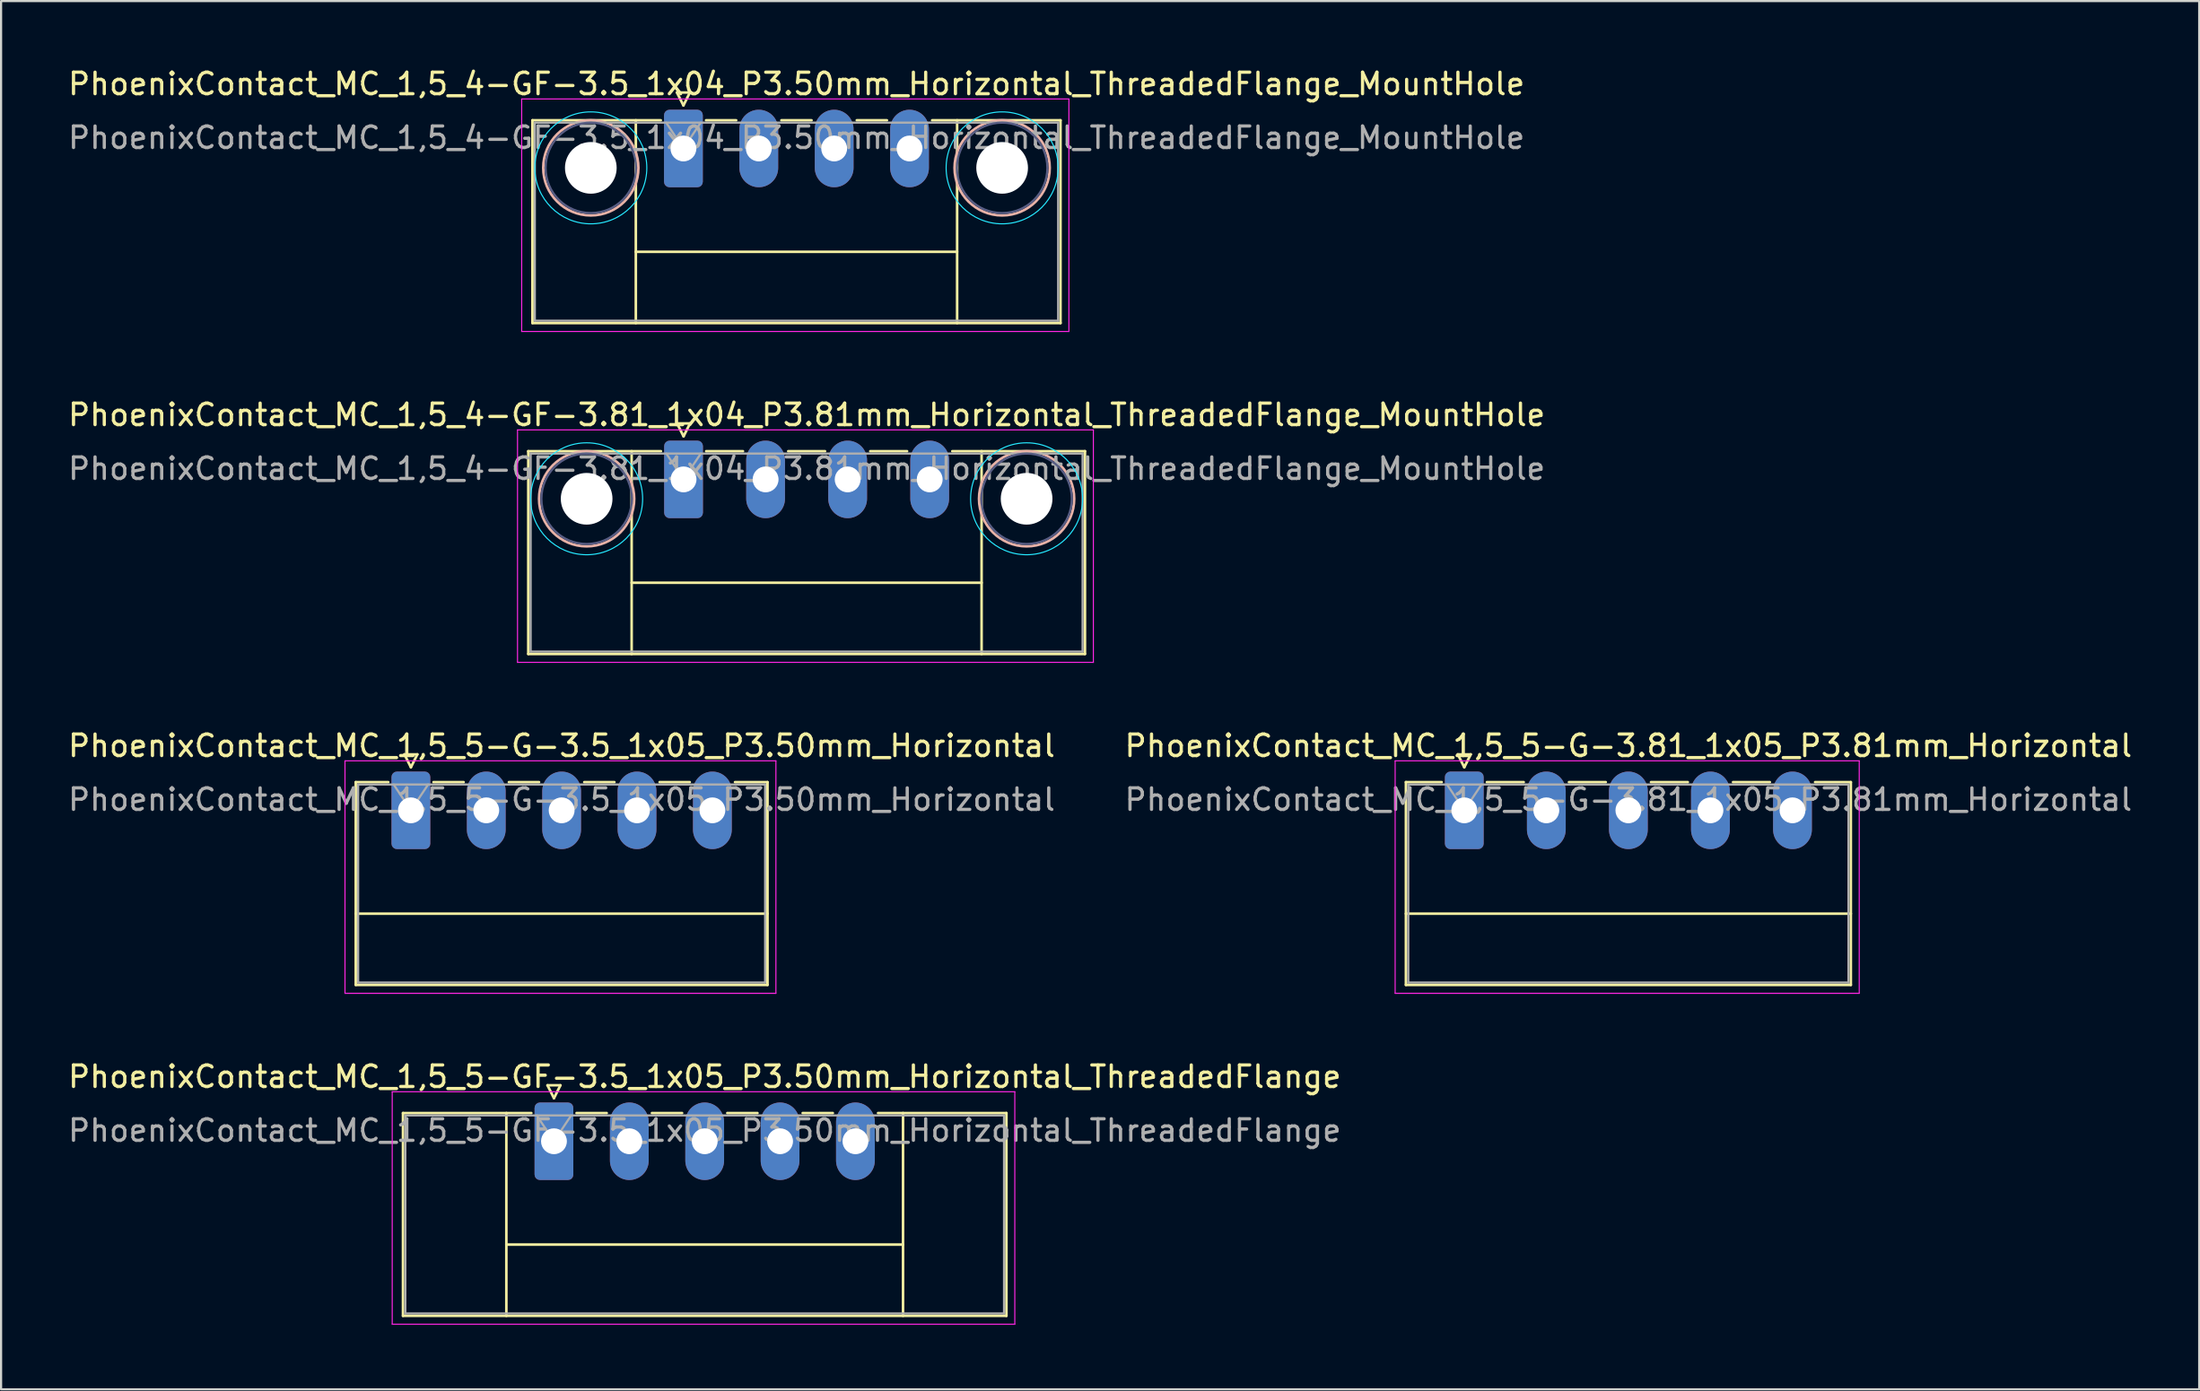
<source format=kicad_pcb>
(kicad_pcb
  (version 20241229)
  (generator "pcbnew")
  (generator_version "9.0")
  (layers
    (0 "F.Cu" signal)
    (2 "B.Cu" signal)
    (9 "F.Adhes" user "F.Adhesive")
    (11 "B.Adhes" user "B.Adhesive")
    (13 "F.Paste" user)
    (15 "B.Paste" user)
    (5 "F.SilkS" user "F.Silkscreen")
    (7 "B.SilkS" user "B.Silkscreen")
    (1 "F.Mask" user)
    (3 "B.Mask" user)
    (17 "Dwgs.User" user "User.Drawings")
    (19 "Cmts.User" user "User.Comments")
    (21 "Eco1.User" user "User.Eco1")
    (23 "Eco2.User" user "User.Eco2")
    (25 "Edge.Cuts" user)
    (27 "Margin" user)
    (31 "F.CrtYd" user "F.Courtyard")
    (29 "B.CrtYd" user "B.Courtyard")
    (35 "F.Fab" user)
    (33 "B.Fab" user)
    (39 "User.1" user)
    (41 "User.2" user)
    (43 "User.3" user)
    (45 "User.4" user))
  (footprint "PhoenixContact_MC_1,5_5-G-3.5_1x05_P3.50mm_Horizontal"
    (layer "F.Cu")
    (at 16.03 34.595)
    (property "Reference" "PhoenixContact_MC_1,5_5-G-3.5_1x05_P3.50mm_Horizontal" (at 7 -3 0) (layer "F.SilkS") (effects (font (size 1 1) (thickness 0.15))))
    (attr through_hole)
    (fp_line (start -2.56 -1.31) (end -2.56 8.11) (stroke (width 0.12) (type solid)) (layer "F.SilkS"))
    (fp_line (start -2.56 -1.31) (end -1.05 -1.31) (stroke (width 0.12) (type solid)) (layer "F.SilkS"))
    (fp_line (start -2.56 4.8) (end 16.56 4.8) (stroke (width 0.12) (type solid)) (layer "F.SilkS"))
    (fp_line (start -2.56 8.11) (end 16.56 8.11) (stroke (width 0.12) (type solid)) (layer "F.SilkS"))
    (fp_line (start -0.3 -2.6) (end 0.3 -2.6) (stroke (width 0.12) (type solid)) (layer "F.SilkS"))
    (fp_line (start 0 -2) (end -0.3 -2.6) (stroke (width 0.12) (type solid)) (layer "F.SilkS"))
    (fp_line (start 0.3 -2.6) (end 0 -2) (stroke (width 0.12) (type solid)) (layer "F.SilkS"))
    (fp_line (start 1.05 -1.31) (end 2.45 -1.31) (stroke (width 0.12) (type solid)) (layer "F.SilkS"))
    (fp_line (start 4.55 -1.31) (end 5.95 -1.31) (stroke (width 0.12) (type solid)) (layer "F.SilkS"))
    (fp_line (start 8.05 -1.31) (end 9.45 -1.31) (stroke (width 0.12) (type solid)) (layer "F.SilkS"))
    (fp_line (start 11.55 -1.31) (end 12.95 -1.31) (stroke (width 0.12) (type solid)) (layer "F.SilkS"))
    (fp_line (start 16.56 -1.31) (end 15.05 -1.31) (stroke (width 0.12) (type solid)) (layer "F.SilkS"))
    (fp_line (start 16.56 8.11) (end 16.56 -1.31) (stroke (width 0.12) (type solid)) (layer "F.SilkS"))
    (fp_line (start -3.06 -2.3) (end -3.06 8.5) (stroke (width 0.05) (type solid)) (layer "F.CrtYd"))
    (fp_line (start -3.06 8.5) (end 16.95 8.5) (stroke (width 0.05) (type solid)) (layer "F.CrtYd"))
    (fp_line (start 16.95 -2.3) (end -3.06 -2.3) (stroke (width 0.05) (type solid)) (layer "F.CrtYd"))
    (fp_line (start 16.95 8.5) (end 16.95 -2.3) (stroke (width 0.05) (type solid)) (layer "F.CrtYd"))
    (fp_line (start -2.45 -1.2) (end -2.45 8) (stroke (width 0.1) (type solid)) (layer "F.Fab"))
    (fp_line (start -2.45 8) (end 16.45 8) (stroke (width 0.1) (type solid)) (layer "F.Fab"))
    (fp_line (start 0 0) (end -0.8 -1.2) (stroke (width 0.1) (type solid)) (layer "F.Fab"))
    (fp_line (start 0.8 -1.2) (end 0 0) (stroke (width 0.1) (type solid)) (layer "F.Fab"))
    (fp_line (start 16.45 -1.2) (end -2.45 -1.2) (stroke (width 0.1) (type solid)) (layer "F.Fab"))
    (fp_line (start 16.45 8) (end 16.45 -1.2) (stroke (width 0.1) (type solid)) (layer "F.Fab"))
    (fp_text user "${REFERENCE}" (at 7 -0.5 0) (layer "F.Fab") (effects (font (size 1 1) (thickness 0.15))))
    (pad "1" thru_hole roundrect (at 0 0) (size 1.8 3.6) (drill 1.2) (layers "*.Cu" "*.Mask") (roundrect_rratio 0.139))
    (pad "2" thru_hole oval (at 3.5 0) (size 1.8 3.6) (drill 1.2) (layers "*.Cu" "*.Mask"))
    (pad "3" thru_hole oval (at 7 0) (size 1.8 3.6) (drill 1.2) (layers "*.Cu" "*.Mask"))
    (pad "4" thru_hole oval (at 10.5 0) (size 1.8 3.6) (drill 1.2) (layers "*.Cu" "*.Mask"))
    (pad "5" thru_hole oval (at 14 0) (size 1.8 3.6) (drill 1.2) (layers "*.Cu" "*.Mask")))
  (footprint "PhoenixContact_MC_1,5_5-G-3.81_1x05_P3.81mm_Horizontal"
    (layer "F.Cu")
    (at 64.945 34.595)
    (property "Reference" "PhoenixContact_MC_1,5_5-G-3.81_1x05_P3.81mm_Horizontal" (at 7.62 -3 0) (layer "F.SilkS") (effects (font (size 1 1) (thickness 0.15))))
    (attr through_hole)
    (fp_line (start -2.71 -1.31) (end -2.71 8.11) (stroke (width 0.12) (type solid)) (layer "F.SilkS"))
    (fp_line (start -2.71 -1.31) (end -1.05 -1.31) (stroke (width 0.12) (type solid)) (layer "F.SilkS"))
    (fp_line (start -2.71 4.8) (end 17.95 4.8) (stroke (width 0.12) (type solid)) (layer "F.SilkS"))
    (fp_line (start -2.71 8.11) (end 17.95 8.11) (stroke (width 0.12) (type solid)) (layer "F.SilkS"))
    (fp_line (start -0.3 -2.6) (end 0.3 -2.6) (stroke (width 0.12) (type solid)) (layer "F.SilkS"))
    (fp_line (start 0 -2) (end -0.3 -2.6) (stroke (width 0.12) (type solid)) (layer "F.SilkS"))
    (fp_line (start 0.3 -2.6) (end 0 -2) (stroke (width 0.12) (type solid)) (layer "F.SilkS"))
    (fp_line (start 1.05 -1.31) (end 2.76 -1.31) (stroke (width 0.12) (type solid)) (layer "F.SilkS"))
    (fp_line (start 4.86 -1.31) (end 6.57 -1.31) (stroke (width 0.12) (type solid)) (layer "F.SilkS"))
    (fp_line (start 8.67 -1.31) (end 10.38 -1.31) (stroke (width 0.12) (type solid)) (layer "F.SilkS"))
    (fp_line (start 12.48 -1.31) (end 14.19 -1.31) (stroke (width 0.12) (type solid)) (layer "F.SilkS"))
    (fp_line (start 17.95 -1.31) (end 16.29 -1.31) (stroke (width 0.12) (type solid)) (layer "F.SilkS"))
    (fp_line (start 17.95 8.11) (end 17.95 -1.31) (stroke (width 0.12) (type solid)) (layer "F.SilkS"))
    (fp_line (start -3.21 -2.3) (end -3.21 8.5) (stroke (width 0.05) (type solid)) (layer "F.CrtYd"))
    (fp_line (start -3.21 8.5) (end 18.34 8.5) (stroke (width 0.05) (type solid)) (layer "F.CrtYd"))
    (fp_line (start 18.34 -2.3) (end -3.21 -2.3) (stroke (width 0.05) (type solid)) (layer "F.CrtYd"))
    (fp_line (start 18.34 8.5) (end 18.34 -2.3) (stroke (width 0.05) (type solid)) (layer "F.CrtYd"))
    (fp_line (start -2.6 -1.2) (end -2.6 8) (stroke (width 0.1) (type solid)) (layer "F.Fab"))
    (fp_line (start -2.6 8) (end 17.84 8) (stroke (width 0.1) (type solid)) (layer "F.Fab"))
    (fp_line (start 0 0) (end -0.8 -1.2) (stroke (width 0.1) (type solid)) (layer "F.Fab"))
    (fp_line (start 0.8 -1.2) (end 0 0) (stroke (width 0.1) (type solid)) (layer "F.Fab"))
    (fp_line (start 17.84 -1.2) (end -2.6 -1.2) (stroke (width 0.1) (type solid)) (layer "F.Fab"))
    (fp_line (start 17.84 8) (end 17.84 -1.2) (stroke (width 0.1) (type solid)) (layer "F.Fab"))
    (fp_text user "${REFERENCE}" (at 7.62 -0.5 0) (layer "F.Fab") (effects (font (size 1 1) (thickness 0.15))))
    (pad "1" thru_hole roundrect (at 0 0) (size 1.8 3.6) (drill 1.2) (layers "*.Cu" "*.Mask") (roundrect_rratio 0.139))
    (pad "2" thru_hole oval (at 3.81 0) (size 1.8 3.6) (drill 1.2) (layers "*.Cu" "*.Mask"))
    (pad "3" thru_hole oval (at 7.62 0) (size 1.8 3.6) (drill 1.2) (layers "*.Cu" "*.Mask"))
    (pad "4" thru_hole oval (at 11.43 0) (size 1.8 3.6) (drill 1.2) (layers "*.Cu" "*.Mask"))
    (pad "5" thru_hole oval (at 15.24 0) (size 1.8 3.6) (drill 1.2) (layers "*.Cu" "*.Mask")))
  (footprint "PhoenixContact_MC_1,5_4-GF-3.81_1x04_P3.81mm_Horizontal_ThreadedFlange_MountHole"
    (layer "F.Cu")
    (at 28.691 19.221)
    (property "Reference" "PhoenixContact_MC_1,5_4-GF-3.81_1x04_P3.81mm_Horizontal_ThreadedFlange_MountHole" (at 5.72 -3 0) (layer "F.SilkS") (effects (font (size 1 1) (thickness 0.15))))
    (attr through_hole)
    (fp_line (start -7.21 -1.31) (end -7.21 8.11) (stroke (width 0.12) (type solid)) (layer "F.SilkS"))
    (fp_line (start -7.21 -1.31) (end -1.05 -1.31) (stroke (width 0.12) (type solid)) (layer "F.SilkS"))
    (fp_line (start -7.21 8.11) (end 18.64 8.11) (stroke (width 0.12) (type solid)) (layer "F.SilkS"))
    (fp_line (start -2.41 -1.31) (end -2.41 8.11) (stroke (width 0.12) (type solid)) (layer "F.SilkS"))
    (fp_line (start -2.41 4.8) (end 13.84 4.8) (stroke (width 0.12) (type solid)) (layer "F.SilkS"))
    (fp_line (start -0.3 -2.6) (end 0.3 -2.6) (stroke (width 0.12) (type solid)) (layer "F.SilkS"))
    (fp_line (start 0 -2) (end -0.3 -2.6) (stroke (width 0.12) (type solid)) (layer "F.SilkS"))
    (fp_line (start 0.3 -2.6) (end 0 -2) (stroke (width 0.12) (type solid)) (layer "F.SilkS"))
    (fp_line (start 1.05 -1.31) (end 2.76 -1.31) (stroke (width 0.12) (type solid)) (layer "F.SilkS"))
    (fp_line (start 4.86 -1.31) (end 6.57 -1.31) (stroke (width 0.12) (type solid)) (layer "F.SilkS"))
    (fp_line (start 8.67 -1.31) (end 10.38 -1.31) (stroke (width 0.12) (type solid)) (layer "F.SilkS"))
    (fp_line (start 13.84 -1.31) (end 13.84 8.11) (stroke (width 0.12) (type solid)) (layer "F.SilkS"))
    (fp_line (start 18.64 -1.31) (end 12.48 -1.31) (stroke (width 0.12) (type solid)) (layer "F.SilkS"))
    (fp_line (start 18.64 8.11) (end 18.64 -1.31) (stroke (width 0.12) (type solid)) (layer "F.SilkS"))
    (fp_circle (center -4.5 0.9) (end -2.29 0.9) (stroke (width 0.12) (type solid)) (fill no) (layer "B.SilkS"))
    (fp_circle (center 15.93 0.9) (end 18.14 0.9) (stroke (width 0.12) (type solid)) (fill no) (layer "B.SilkS"))
    (fp_circle (center -4.5 0.9) (end -1.9 0.9) (stroke (width 0.05) (type solid)) (fill no) (layer "B.CrtYd"))
    (fp_circle (center 15.93 0.9) (end 18.53 0.9) (stroke (width 0.05) (type solid)) (fill no) (layer "B.CrtYd"))
    (fp_line (start -7.71 -2.3) (end -7.71 8.5) (stroke (width 0.05) (type solid)) (layer "F.CrtYd"))
    (fp_line (start -7.71 8.5) (end 19.03 8.5) (stroke (width 0.05) (type solid)) (layer "F.CrtYd"))
    (fp_line (start 19.03 -2.3) (end -7.71 -2.3) (stroke (width 0.05) (type solid)) (layer "F.CrtYd"))
    (fp_line (start 19.03 8.5) (end 19.03 -2.3) (stroke (width 0.05) (type solid)) (layer "F.CrtYd"))
    (fp_circle (center -4.5 0.9) (end -2.4 0.9) (stroke (width 0.1) (type solid)) (fill no) (layer "B.Fab"))
    (fp_circle (center 15.93 0.9) (end 18.03 0.9) (stroke (width 0.1) (type solid)) (fill no) (layer "B.Fab"))
    (fp_line (start -7.1 -1.2) (end -7.1 8) (stroke (width 0.1) (type solid)) (layer "F.Fab"))
    (fp_line (start -7.1 8) (end 18.53 8) (stroke (width 0.1) (type solid)) (layer "F.Fab"))
    (fp_line (start 0 0) (end -0.8 -1.2) (stroke (width 0.1) (type solid)) (layer "F.Fab"))
    (fp_line (start 0.8 -1.2) (end 0 0) (stroke (width 0.1) (type solid)) (layer "F.Fab"))
    (fp_line (start 18.53 -1.2) (end -7.1 -1.2) (stroke (width 0.1) (type solid)) (layer "F.Fab"))
    (fp_line (start 18.53 8) (end 18.53 -1.2) (stroke (width 0.1) (type solid)) (layer "F.Fab"))
    (fp_text user "${REFERENCE}" (at 5.72 -0.5 0) (layer "F.Fab") (effects (font (size 1 1) (thickness 0.15))))
    (pad "" np_thru_hole circle (at -4.5 0.9) (size 2.4 2.4) (drill 2.4) (layers "*.Cu" "*.Mask"))
    (pad "" np_thru_hole circle (at 15.93 0.9) (size 2.4 2.4) (drill 2.4) (layers "*.Cu" "*.Mask"))
    (pad "1" thru_hole roundrect (at 0 0) (size 1.8 3.6) (drill 1.2) (layers "*.Cu" "*.Mask") (roundrect_rratio 0.139))
    (pad "2" thru_hole oval (at 3.81 0) (size 1.8 3.6) (drill 1.2) (layers "*.Cu" "*.Mask"))
    (pad "3" thru_hole oval (at 7.62 0) (size 1.8 3.6) (drill 1.2) (layers "*.Cu" "*.Mask"))
    (pad "4" thru_hole oval (at 11.43 0) (size 1.8 3.6) (drill 1.2) (layers "*.Cu" "*.Mask")))
  (footprint "PhoenixContact_MC_1,5_4-GF-3.5_1x04_P3.50mm_Horizontal_ThreadedFlange_MountHole"
    (layer "F.Cu")
    (at 28.685 3.848)
    (property "Reference" "PhoenixContact_MC_1,5_4-GF-3.5_1x04_P3.50mm_Horizontal_ThreadedFlange_MountHole" (at 5.25 -3 0) (layer "F.SilkS") (effects (font (size 1 1) (thickness 0.15))))
    (attr through_hole)
    (fp_line (start -7.01 -1.31) (end -7.01 8.11) (stroke (width 0.12) (type solid)) (layer "F.SilkS"))
    (fp_line (start -7.01 -1.31) (end -1.05 -1.31) (stroke (width 0.12) (type solid)) (layer "F.SilkS"))
    (fp_line (start -7.01 8.11) (end 17.51 8.11) (stroke (width 0.12) (type solid)) (layer "F.SilkS"))
    (fp_line (start -2.21 -1.31) (end -2.21 8.11) (stroke (width 0.12) (type solid)) (layer "F.SilkS"))
    (fp_line (start -2.21 4.8) (end 12.71 4.8) (stroke (width 0.12) (type solid)) (layer "F.SilkS"))
    (fp_line (start -0.3 -2.6) (end 0.3 -2.6) (stroke (width 0.12) (type solid)) (layer "F.SilkS"))
    (fp_line (start 0 -2) (end -0.3 -2.6) (stroke (width 0.12) (type solid)) (layer "F.SilkS"))
    (fp_line (start 0.3 -2.6) (end 0 -2) (stroke (width 0.12) (type solid)) (layer "F.SilkS"))
    (fp_line (start 1.05 -1.31) (end 2.45 -1.31) (stroke (width 0.12) (type solid)) (layer "F.SilkS"))
    (fp_line (start 4.55 -1.31) (end 5.95 -1.31) (stroke (width 0.12) (type solid)) (layer "F.SilkS"))
    (fp_line (start 8.05 -1.31) (end 9.45 -1.31) (stroke (width 0.12) (type solid)) (layer "F.SilkS"))
    (fp_line (start 12.71 -1.31) (end 12.71 8.11) (stroke (width 0.12) (type solid)) (layer "F.SilkS"))
    (fp_line (start 17.51 -1.31) (end 11.55 -1.31) (stroke (width 0.12) (type solid)) (layer "F.SilkS"))
    (fp_line (start 17.51 8.11) (end 17.51 -1.31) (stroke (width 0.12) (type solid)) (layer "F.SilkS"))
    (fp_circle (center -4.3 0.9) (end -2.09 0.9) (stroke (width 0.12) (type solid)) (fill no) (layer "B.SilkS"))
    (fp_circle (center 14.8 0.9) (end 17.01 0.9) (stroke (width 0.12) (type solid)) (fill no) (layer "B.SilkS"))
    (fp_circle (center -4.3 0.9) (end -1.7 0.9) (stroke (width 0.05) (type solid)) (fill no) (layer "B.CrtYd"))
    (fp_circle (center 14.8 0.9) (end 17.4 0.9) (stroke (width 0.05) (type solid)) (fill no) (layer "B.CrtYd"))
    (fp_line (start -7.51 -2.3) (end -7.51 8.5) (stroke (width 0.05) (type solid)) (layer "F.CrtYd"))
    (fp_line (start -7.51 8.5) (end 17.9 8.5) (stroke (width 0.05) (type solid)) (layer "F.CrtYd"))
    (fp_line (start 17.9 -2.3) (end -7.51 -2.3) (stroke (width 0.05) (type solid)) (layer "F.CrtYd"))
    (fp_line (start 17.9 8.5) (end 17.9 -2.3) (stroke (width 0.05) (type solid)) (layer "F.CrtYd"))
    (fp_circle (center -4.3 0.9) (end -2.2 0.9) (stroke (width 0.1) (type solid)) (fill no) (layer "B.Fab"))
    (fp_circle (center 14.8 0.9) (end 16.9 0.9) (stroke (width 0.1) (type solid)) (fill no) (layer "B.Fab"))
    (fp_line (start -6.9 -1.2) (end -6.9 8) (stroke (width 0.1) (type solid)) (layer "F.Fab"))
    (fp_line (start -6.9 8) (end 17.4 8) (stroke (width 0.1) (type solid)) (layer "F.Fab"))
    (fp_line (start 0 0) (end -0.8 -1.2) (stroke (width 0.1) (type solid)) (layer "F.Fab"))
    (fp_line (start 0.8 -1.2) (end 0 0) (stroke (width 0.1) (type solid)) (layer "F.Fab"))
    (fp_line (start 17.4 -1.2) (end -6.9 -1.2) (stroke (width 0.1) (type solid)) (layer "F.Fab"))
    (fp_line (start 17.4 8) (end 17.4 -1.2) (stroke (width 0.1) (type solid)) (layer "F.Fab"))
    (fp_text user "${REFERENCE}" (at 5.25 -0.5 0) (layer "F.Fab") (effects (font (size 1 1) (thickness 0.15))))
    (pad "" np_thru_hole circle (at -4.3 0.9) (size 2.4 2.4) (drill 2.4) (layers "*.Cu" "*.Mask"))
    (pad "" np_thru_hole circle (at 14.8 0.9) (size 2.4 2.4) (drill 2.4) (layers "*.Cu" "*.Mask"))
    (pad "1" thru_hole roundrect (at 0 0) (size 1.8 3.6) (drill 1.2) (layers "*.Cu" "*.Mask") (roundrect_rratio 0.139))
    (pad "2" thru_hole oval (at 3.5 0) (size 1.8 3.6) (drill 1.2) (layers "*.Cu" "*.Mask"))
    (pad "3" thru_hole oval (at 7 0) (size 1.8 3.6) (drill 1.2) (layers "*.Cu" "*.Mask"))
    (pad "4" thru_hole oval (at 10.5 0) (size 1.8 3.6) (drill 1.2) (layers "*.Cu" "*.Mask")))
  (footprint "PhoenixContact_MC_1,5_5-GF-3.5_1x05_P3.50mm_Horizontal_ThreadedFlange"
    (layer "F.Cu")
    (at 22.673 49.968)
    (property "Reference" "PhoenixContact_MC_1,5_5-GF-3.5_1x05_P3.50mm_Horizontal_ThreadedFlange" (at 7 -3 0) (layer "F.SilkS") (effects (font (size 1 1) (thickness 0.15))))
    (attr through_hole)
    (fp_line (start -7.01 -1.31) (end -7.01 8.11) (stroke (width 0.12) (type solid)) (layer "F.SilkS"))
    (fp_line (start -7.01 -1.31) (end -1.05 -1.31) (stroke (width 0.12) (type solid)) (layer "F.SilkS"))
    (fp_line (start -7.01 8.11) (end 21.01 8.11) (stroke (width 0.12) (type solid)) (layer "F.SilkS"))
    (fp_line (start -2.21 -1.31) (end -2.21 8.11) (stroke (width 0.12) (type solid)) (layer "F.SilkS"))
    (fp_line (start -2.21 4.8) (end 16.21 4.8) (stroke (width 0.12) (type solid)) (layer "F.SilkS"))
    (fp_line (start -0.3 -2.6) (end 0.3 -2.6) (stroke (width 0.12) (type solid)) (layer "F.SilkS"))
    (fp_line (start 0 -2) (end -0.3 -2.6) (stroke (width 0.12) (type solid)) (layer "F.SilkS"))
    (fp_line (start 0.3 -2.6) (end 0 -2) (stroke (width 0.12) (type solid)) (layer "F.SilkS"))
    (fp_line (start 1.05 -1.31) (end 2.45 -1.31) (stroke (width 0.12) (type solid)) (layer "F.SilkS"))
    (fp_line (start 4.55 -1.31) (end 5.95 -1.31) (stroke (width 0.12) (type solid)) (layer "F.SilkS"))
    (fp_line (start 8.05 -1.31) (end 9.45 -1.31) (stroke (width 0.12) (type solid)) (layer "F.SilkS"))
    (fp_line (start 11.55 -1.31) (end 12.95 -1.31) (stroke (width 0.12) (type solid)) (layer "F.SilkS"))
    (fp_line (start 16.21 -1.31) (end 16.21 8.11) (stroke (width 0.12) (type solid)) (layer "F.SilkS"))
    (fp_line (start 21.01 -1.31) (end 15.05 -1.31) (stroke (width 0.12) (type solid)) (layer "F.SilkS"))
    (fp_line (start 21.01 8.11) (end 21.01 -1.31) (stroke (width 0.12) (type solid)) (layer "F.SilkS"))
    (fp_line (start -7.51 -2.3) (end -7.51 8.5) (stroke (width 0.05) (type solid)) (layer "F.CrtYd"))
    (fp_line (start -7.51 8.5) (end 21.4 8.5) (stroke (width 0.05) (type solid)) (layer "F.CrtYd"))
    (fp_line (start 21.4 -2.3) (end -7.51 -2.3) (stroke (width 0.05) (type solid)) (layer "F.CrtYd"))
    (fp_line (start 21.4 8.5) (end 21.4 -2.3) (stroke (width 0.05) (type solid)) (layer "F.CrtYd"))
    (fp_line (start -6.9 -1.2) (end -6.9 8) (stroke (width 0.1) (type solid)) (layer "F.Fab"))
    (fp_line (start -6.9 8) (end 20.9 8) (stroke (width 0.1) (type solid)) (layer "F.Fab"))
    (fp_line (start 0 0) (end -0.8 -1.2) (stroke (width 0.1) (type solid)) (layer "F.Fab"))
    (fp_line (start 0.8 -1.2) (end 0 0) (stroke (width 0.1) (type solid)) (layer "F.Fab"))
    (fp_line (start 20.9 -1.2) (end -6.9 -1.2) (stroke (width 0.1) (type solid)) (layer "F.Fab"))
    (fp_line (start 20.9 8) (end 20.9 -1.2) (stroke (width 0.1) (type solid)) (layer "F.Fab"))
    (fp_text user "${REFERENCE}" (at 7 -0.5 0) (layer "F.Fab") (effects (font (size 1 1) (thickness 0.15))))
    (pad "1" thru_hole roundrect (at 0 0) (size 1.8 3.6) (drill 1.2) (layers "*.Cu" "*.Mask") (roundrect_rratio 0.139))
    (pad "2" thru_hole oval (at 3.5 0) (size 1.8 3.6) (drill 1.2) (layers "*.Cu" "*.Mask"))
    (pad "3" thru_hole oval (at 7 0) (size 1.8 3.6) (drill 1.2) (layers "*.Cu" "*.Mask"))
    (pad "4" thru_hole oval (at 10.5 0) (size 1.8 3.6) (drill 1.2) (layers "*.Cu" "*.Mask"))
    (pad "5" thru_hole oval (at 14 0) (size 1.8 3.6) (drill 1.2) (layers "*.Cu" "*.Mask")))
  (gr_rect
    (start -3 -3)
    (end 99.071 61.493)
    (stroke (width 0.1) (type default))
    (fill no)
    (layer "Edge.Cuts")))
</source>
